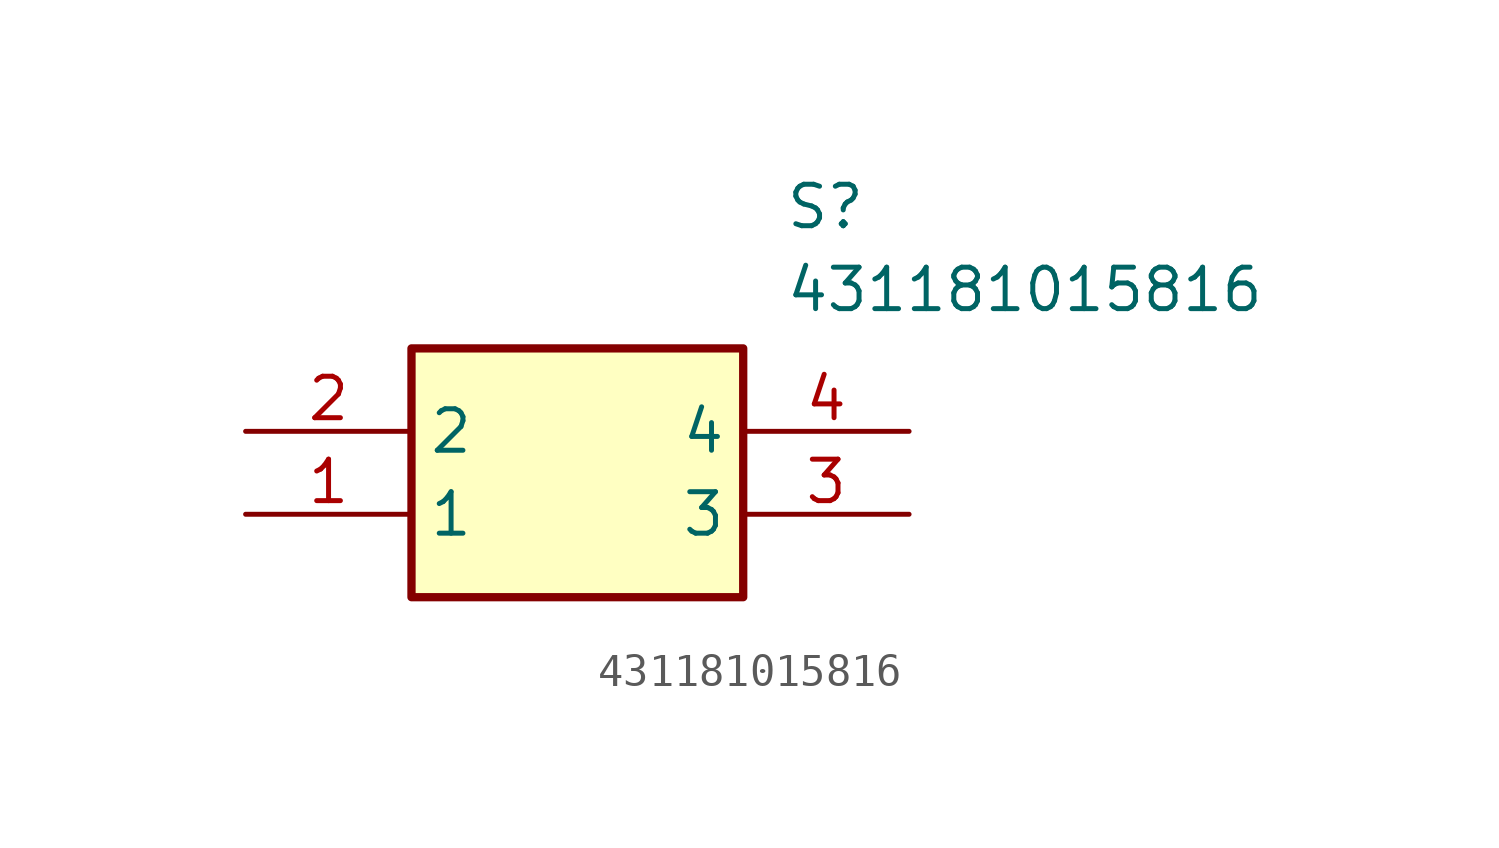
<source format=kicad_sym>
(kicad_symbol_lib
  (version 20211014)
  (generator SamacSys_ECAD_Model)
  (symbol "431181015816"
    (property "Reference" "S"
      (at 16.51 7.62 0)
      (effects (font (size 1.27 1.27)) (justify left top)))
    (property "Value" "431181015816"
      (at 16.51 5.08 0)
      (effects (font (size 1.27 1.27)) (justify left top)))
    (rectangle
      (start 5.08 2.54)
      (end 15.24 -5.08)
      (stroke (width 0.254) (type default))
      (fill (type background)))
    (pin passive line
      (at 0 -2.54 0)
      (length 5.08)
      (name "1" (effects (font (size 1.27 1.27))))
      (number "1" (effects (font (size 1.27 1.27)))))
    (pin passive line
      (at 0 0 0)
      (length 5.08)
      (name "2" (effects (font (size 1.27 1.27))))
      (number "2" (effects (font (size 1.27 1.27)))))
    (pin passive line
      (at 20.32 -2.54 180)
      (length 5.08)
      (name "3" (effects (font (size 1.27 1.27))))
      (number "3" (effects (font (size 1.27 1.27)))))
    (pin passive line
      (at 20.32 0 180)
      (length 5.08)
      (name "4" (effects (font (size 1.27 1.27))))
      (number "4" (effects (font (size 1.27 1.27)))))))
</source>
